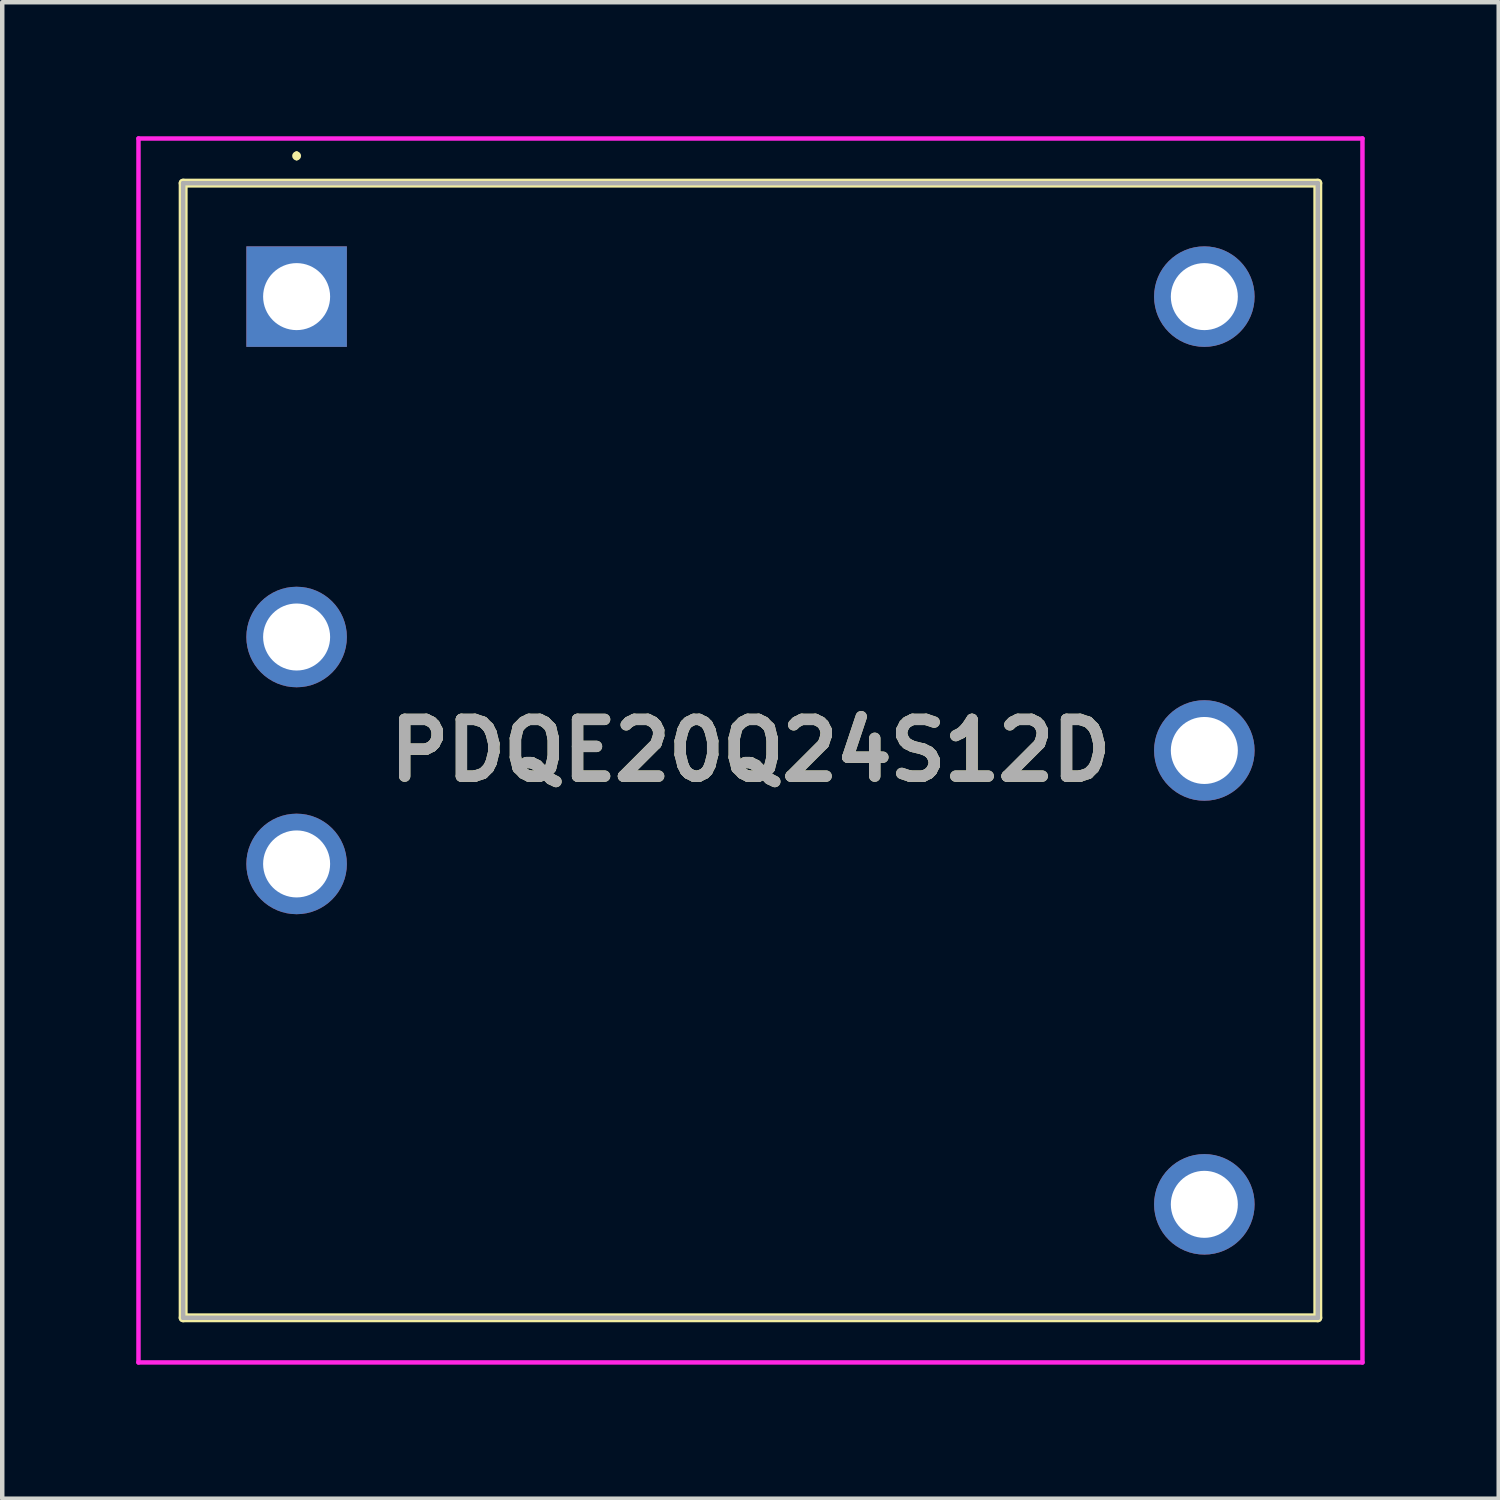
<source format=kicad_pcb>
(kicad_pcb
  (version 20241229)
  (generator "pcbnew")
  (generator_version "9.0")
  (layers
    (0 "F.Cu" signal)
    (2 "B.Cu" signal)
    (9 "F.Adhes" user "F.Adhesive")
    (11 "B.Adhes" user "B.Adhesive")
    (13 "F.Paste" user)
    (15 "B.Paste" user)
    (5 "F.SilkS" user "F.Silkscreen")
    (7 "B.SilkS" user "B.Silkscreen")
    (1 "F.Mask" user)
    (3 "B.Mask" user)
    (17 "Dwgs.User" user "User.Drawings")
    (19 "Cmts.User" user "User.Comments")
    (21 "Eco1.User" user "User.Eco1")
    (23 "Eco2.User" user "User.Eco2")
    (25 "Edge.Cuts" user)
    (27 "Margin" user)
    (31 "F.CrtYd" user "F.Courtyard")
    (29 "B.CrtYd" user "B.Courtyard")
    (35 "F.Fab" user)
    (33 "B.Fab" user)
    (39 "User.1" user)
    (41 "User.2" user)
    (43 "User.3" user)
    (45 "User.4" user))
  (footprint "PDQE20Q24S12D"
    (layer "F.Cu")
    (at 3.59 3.59)
    (property "Reference" "PDQE20Q24S12D" (at 10.16 10.16 0) (layer "F.SilkS") (effects (font (size 1.27 1.27) (thickness 0.254))))
    (attr through_hole)
    (fp_line (start -2.54 -2.54) (end 22.86 -2.54) (stroke (width 0.2) (type solid)) (layer "F.SilkS"))
    (fp_line (start -2.54 22.86) (end -2.54 -2.54) (stroke (width 0.2) (type solid)) (layer "F.SilkS"))
    (fp_line (start 0 -3.2) (end 0 -3.2) (stroke (width 0.1) (type solid)) (layer "F.SilkS"))
    (fp_line (start 0 -3.1) (end 0 -3.1) (stroke (width 0.1) (type solid)) (layer "F.SilkS"))
    (fp_line (start 22.86 -2.54) (end 22.86 22.86) (stroke (width 0.2) (type solid)) (layer "F.SilkS"))
    (fp_line (start 22.86 22.86) (end -2.54 22.86) (stroke (width 0.2) (type solid)) (layer "F.SilkS"))
    (fp_arc (start 0 -3.2) (mid 0.05 -3.15) (end 0 -3.1) (stroke (width 0.1) (type solid)) (layer "F.SilkS"))
    (fp_arc (start 0 -3.1) (mid -0.05 -3.15) (end 0 -3.2) (stroke (width 0.1) (type solid)) (layer "F.SilkS"))
    (fp_line (start -3.54 -3.54) (end -3.54 23.86) (stroke (width 0.1) (type solid)) (layer "F.CrtYd"))
    (fp_line (start -3.54 23.86) (end 23.86 23.86) (stroke (width 0.1) (type solid)) (layer "F.CrtYd"))
    (fp_line (start 23.86 -3.54) (end -3.54 -3.54) (stroke (width 0.1) (type solid)) (layer "F.CrtYd"))
    (fp_line (start 23.86 23.86) (end 23.86 -3.54) (stroke (width 0.1) (type solid)) (layer "F.CrtYd"))
    (fp_line (start -2.54 -2.54) (end 22.86 -2.54) (stroke (width 0.1) (type solid)) (layer "F.Fab"))
    (fp_line (start -2.54 22.86) (end -2.54 -2.54) (stroke (width 0.1) (type solid)) (layer "F.Fab"))
    (fp_line (start 22.86 -2.54) (end 22.86 22.86) (stroke (width 0.1) (type solid)) (layer "F.Fab"))
    (fp_line (start 22.86 22.86) (end -2.54 22.86) (stroke (width 0.1) (type solid)) (layer "F.Fab"))
    (fp_text user "${REFERENCE}" (at 10.16 10.16 0) (layer "F.Fab") (effects (font (size 1.27 1.27) (thickness 0.254))))
    (pad "1" thru_hole rect (at 0 0) (size 2.25 2.25) (drill 1.5) (layers "*.Cu" "*.Mask"))
    (pad "2" thru_hole circle (at 0 7.62) (size 2.25 2.25) (drill 1.5) (layers "*.Cu" "*.Mask"))
    (pad "3" thru_hole circle (at 0 12.7) (size 2.25 2.25) (drill 1.5) (layers "*.Cu" "*.Mask"))
    (pad "4" thru_hole circle (at 20.32 20.32) (size 2.25 2.25) (drill 1.5) (layers "*.Cu" "*.Mask"))
    (pad "5" thru_hole circle (at 20.32 10.16) (size 2.25 2.25) (drill 1.5) (layers "*.Cu" "*.Mask"))
    (pad "6" thru_hole circle (at 20.32 0) (size 2.25 2.25) (drill 1.5) (layers "*.Cu" "*.Mask")))
  (gr_rect
    (start -3 -3)
    (end 30.5 30.5)
    (stroke (width 0.1) (type default))
    (fill no)
    (layer "Edge.Cuts")))
</source>
